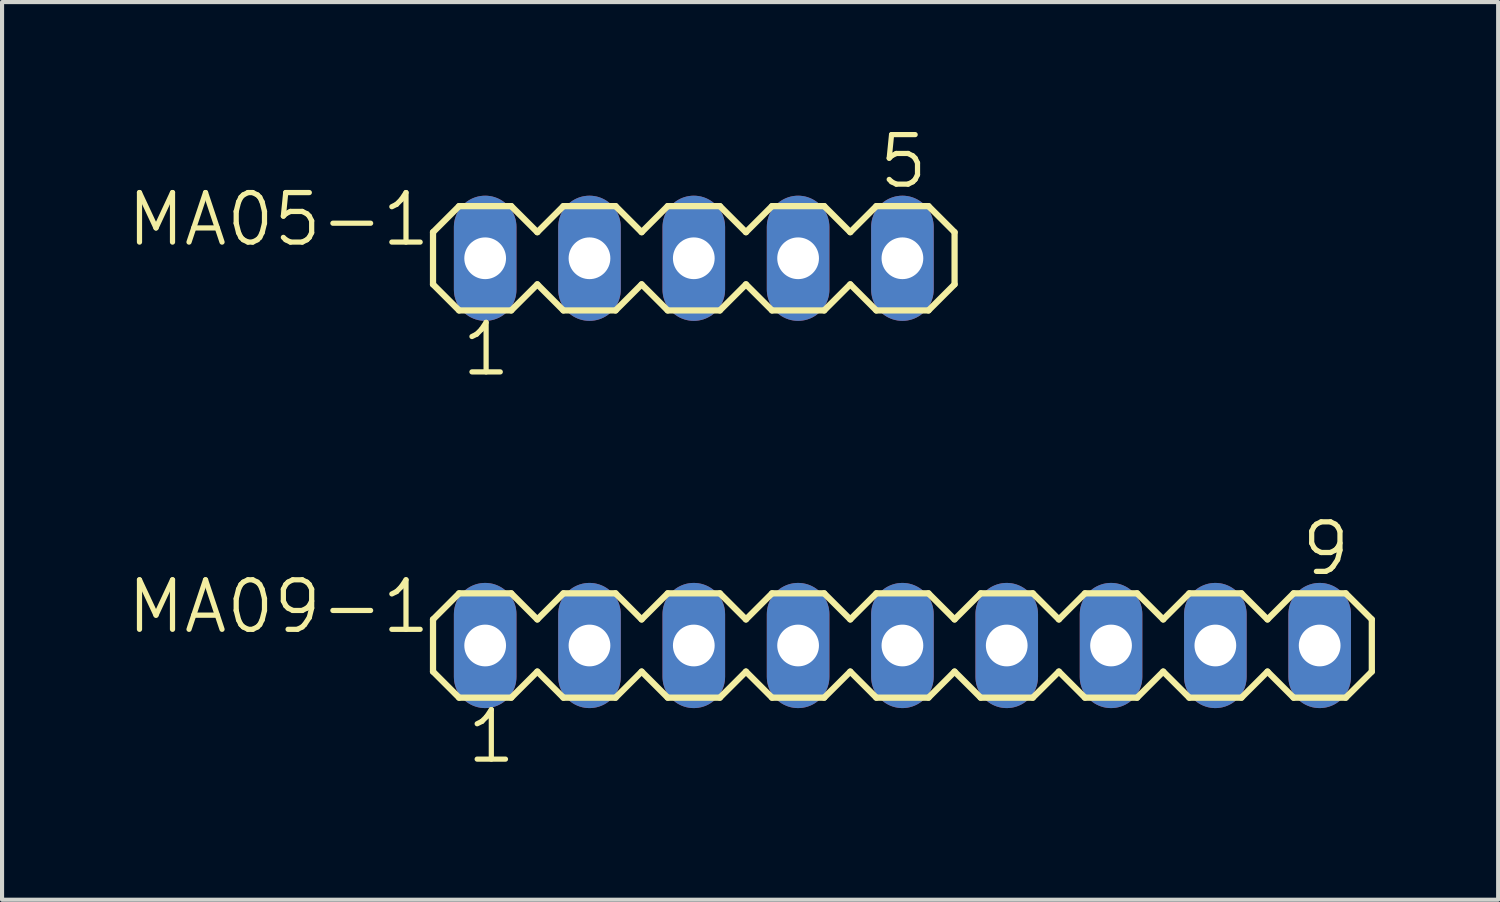
<source format=kicad_pcb>
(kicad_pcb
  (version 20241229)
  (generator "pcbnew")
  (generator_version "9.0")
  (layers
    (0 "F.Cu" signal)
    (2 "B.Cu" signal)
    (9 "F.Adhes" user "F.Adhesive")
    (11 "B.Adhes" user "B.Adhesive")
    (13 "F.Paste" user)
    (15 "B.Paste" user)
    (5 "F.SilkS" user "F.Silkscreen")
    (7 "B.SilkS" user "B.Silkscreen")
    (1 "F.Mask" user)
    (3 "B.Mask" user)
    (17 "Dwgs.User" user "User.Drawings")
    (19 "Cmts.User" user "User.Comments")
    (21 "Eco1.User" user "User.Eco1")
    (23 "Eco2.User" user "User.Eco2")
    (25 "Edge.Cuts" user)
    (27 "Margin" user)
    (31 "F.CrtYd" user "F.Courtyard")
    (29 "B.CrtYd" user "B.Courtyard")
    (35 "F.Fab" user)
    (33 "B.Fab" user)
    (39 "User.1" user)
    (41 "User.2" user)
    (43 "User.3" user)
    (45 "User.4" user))
  (footprint "MA09-1"
    (layer "F.Cu")
    (at 18.924 12.668)
    (property "Reference" "MA09-1" (at -11.43 -1.651 0) (layer "F.SilkS") (effects (font (size 1.206 1.206) (thickness 0.127)) (justify right top)))
    (attr through_hole)
    (fp_line (start -11.43 -0.635) (end -11.43 0.635) (stroke (width 0.152) (type solid)) (layer "F.SilkS"))
    (fp_line (start -11.43 0.635) (end -10.795 1.27) (stroke (width 0.152) (type solid)) (layer "F.SilkS"))
    (fp_line (start -10.795 -1.27) (end -11.43 -0.635) (stroke (width 0.152) (type solid)) (layer "F.SilkS"))
    (fp_line (start -10.795 -1.27) (end -9.525 -1.27) (stroke (width 0.152) (type solid)) (layer "F.SilkS"))
    (fp_line (start -9.525 -1.27) (end -8.89 -0.635) (stroke (width 0.152) (type solid)) (layer "F.SilkS"))
    (fp_line (start -9.525 1.27) (end -10.795 1.27) (stroke (width 0.152) (type solid)) (layer "F.SilkS"))
    (fp_line (start -8.89 -0.635) (end -8.255 -1.27) (stroke (width 0.152) (type solid)) (layer "F.SilkS"))
    (fp_line (start -8.89 0.635) (end -9.525 1.27) (stroke (width 0.152) (type solid)) (layer "F.SilkS"))
    (fp_line (start -8.255 -1.27) (end -6.985 -1.27) (stroke (width 0.152) (type solid)) (layer "F.SilkS"))
    (fp_line (start -8.255 1.27) (end -8.89 0.635) (stroke (width 0.152) (type solid)) (layer "F.SilkS"))
    (fp_line (start -6.985 -1.27) (end -6.35 -0.635) (stroke (width 0.152) (type solid)) (layer "F.SilkS"))
    (fp_line (start -6.985 1.27) (end -8.255 1.27) (stroke (width 0.152) (type solid)) (layer "F.SilkS"))
    (fp_line (start -6.35 -0.635) (end -5.715 -1.27) (stroke (width 0.152) (type solid)) (layer "F.SilkS"))
    (fp_line (start -6.35 0.635) (end -6.985 1.27) (stroke (width 0.152) (type solid)) (layer "F.SilkS"))
    (fp_line (start -5.715 -1.27) (end -4.445 -1.27) (stroke (width 0.152) (type solid)) (layer "F.SilkS"))
    (fp_line (start -5.715 1.27) (end -6.35 0.635) (stroke (width 0.152) (type solid)) (layer "F.SilkS"))
    (fp_line (start -4.445 -1.27) (end -3.81 -0.635) (stroke (width 0.152) (type solid)) (layer "F.SilkS"))
    (fp_line (start -4.445 1.27) (end -5.715 1.27) (stroke (width 0.152) (type solid)) (layer "F.SilkS"))
    (fp_line (start -3.81 0.635) (end -4.445 1.27) (stroke (width 0.152) (type solid)) (layer "F.SilkS"))
    (fp_line (start -3.81 0.635) (end -3.175 1.27) (stroke (width 0.152) (type solid)) (layer "F.SilkS"))
    (fp_line (start -3.175 -1.27) (end -3.81 -0.635) (stroke (width 0.152) (type solid)) (layer "F.SilkS"))
    (fp_line (start -3.175 -1.27) (end -1.905 -1.27) (stroke (width 0.152) (type solid)) (layer "F.SilkS"))
    (fp_line (start -1.905 -1.27) (end -1.27 -0.635) (stroke (width 0.152) (type solid)) (layer "F.SilkS"))
    (fp_line (start -1.905 1.27) (end -3.175 1.27) (stroke (width 0.152) (type solid)) (layer "F.SilkS"))
    (fp_line (start -1.27 0.635) (end -1.905 1.27) (stroke (width 0.152) (type solid)) (layer "F.SilkS"))
    (fp_line (start -1.27 0.635) (end -0.635 1.27) (stroke (width 0.152) (type solid)) (layer "F.SilkS"))
    (fp_line (start -0.635 -1.27) (end -1.27 -0.635) (stroke (width 0.152) (type solid)) (layer "F.SilkS"))
    (fp_line (start -0.635 -1.27) (end 0.635 -1.27) (stroke (width 0.152) (type solid)) (layer "F.SilkS"))
    (fp_line (start 0.635 -1.27) (end 1.27 -0.635) (stroke (width 0.152) (type solid)) (layer "F.SilkS"))
    (fp_line (start 0.635 1.27) (end -0.635 1.27) (stroke (width 0.152) (type solid)) (layer "F.SilkS"))
    (fp_line (start 1.27 -0.635) (end 1.905 -1.27) (stroke (width 0.152) (type solid)) (layer "F.SilkS"))
    (fp_line (start 1.27 0.635) (end 0.635 1.27) (stroke (width 0.152) (type solid)) (layer "F.SilkS"))
    (fp_line (start 1.905 -1.27) (end 3.175 -1.27) (stroke (width 0.152) (type solid)) (layer "F.SilkS"))
    (fp_line (start 1.905 1.27) (end 1.27 0.635) (stroke (width 0.152) (type solid)) (layer "F.SilkS"))
    (fp_line (start 3.175 -1.27) (end 3.81 -0.635) (stroke (width 0.152) (type solid)) (layer "F.SilkS"))
    (fp_line (start 3.175 1.27) (end 1.905 1.27) (stroke (width 0.152) (type solid)) (layer "F.SilkS"))
    (fp_line (start 3.81 -0.635) (end 4.445 -1.27) (stroke (width 0.152) (type solid)) (layer "F.SilkS"))
    (fp_line (start 3.81 0.635) (end 3.175 1.27) (stroke (width 0.152) (type solid)) (layer "F.SilkS"))
    (fp_line (start 4.445 -1.27) (end 5.715 -1.27) (stroke (width 0.152) (type solid)) (layer "F.SilkS"))
    (fp_line (start 4.445 1.27) (end 3.81 0.635) (stroke (width 0.152) (type solid)) (layer "F.SilkS"))
    (fp_line (start 5.715 -1.27) (end 6.35 -0.635) (stroke (width 0.152) (type solid)) (layer "F.SilkS"))
    (fp_line (start 5.715 1.27) (end 4.445 1.27) (stroke (width 0.152) (type solid)) (layer "F.SilkS"))
    (fp_line (start 6.35 0.635) (end 5.715 1.27) (stroke (width 0.152) (type solid)) (layer "F.SilkS"))
    (fp_line (start 6.35 0.635) (end 6.985 1.27) (stroke (width 0.152) (type solid)) (layer "F.SilkS"))
    (fp_line (start 6.985 -1.27) (end 6.35 -0.635) (stroke (width 0.152) (type solid)) (layer "F.SilkS"))
    (fp_line (start 6.985 -1.27) (end 8.255 -1.27) (stroke (width 0.152) (type solid)) (layer "F.SilkS"))
    (fp_line (start 8.255 -1.27) (end 8.89 -0.635) (stroke (width 0.152) (type solid)) (layer "F.SilkS"))
    (fp_line (start 8.255 1.27) (end 6.985 1.27) (stroke (width 0.152) (type solid)) (layer "F.SilkS"))
    (fp_line (start 8.89 0.635) (end 8.255 1.27) (stroke (width 0.152) (type solid)) (layer "F.SilkS"))
    (fp_line (start 8.89 0.635) (end 9.525 1.27) (stroke (width 0.152) (type solid)) (layer "F.SilkS"))
    (fp_line (start 9.525 -1.27) (end 8.89 -0.635) (stroke (width 0.152) (type solid)) (layer "F.SilkS"))
    (fp_line (start 9.525 -1.27) (end 10.795 -1.27) (stroke (width 0.152) (type solid)) (layer "F.SilkS"))
    (fp_line (start 10.795 -1.27) (end 11.43 -0.635) (stroke (width 0.152) (type solid)) (layer "F.SilkS"))
    (fp_line (start 10.795 1.27) (end 9.525 1.27) (stroke (width 0.152) (type solid)) (layer "F.SilkS"))
    (fp_line (start 11.43 -0.635) (end 11.43 0.635) (stroke (width 0.152) (type solid)) (layer "F.SilkS"))
    (fp_line (start 11.43 0.635) (end 10.795 1.27) (stroke (width 0.152) (type solid)) (layer "F.SilkS"))
    (fp_poly (pts (xy -10.414 0.254) (xy -9.906 0.254) (xy -9.906 -0.254) (xy -10.414 -0.254)) (stroke (width 0.1) (type solid)) (fill no) (layer "F.Fab"))
    (fp_poly (pts (xy -7.874 0.254) (xy -7.366 0.254) (xy -7.366 -0.254) (xy -7.874 -0.254)) (stroke (width 0.1) (type solid)) (fill no) (layer "F.Fab"))
    (fp_poly (pts (xy -5.334 0.254) (xy -4.826 0.254) (xy -4.826 -0.254) (xy -5.334 -0.254)) (stroke (width 0.1) (type solid)) (fill no) (layer "F.Fab"))
    (fp_poly (pts (xy -2.794 0.254) (xy -2.286 0.254) (xy -2.286 -0.254) (xy -2.794 -0.254)) (stroke (width 0.1) (type solid)) (fill no) (layer "F.Fab"))
    (fp_poly (pts (xy -0.254 0.254) (xy 0.254 0.254) (xy 0.254 -0.254) (xy -0.254 -0.254)) (stroke (width 0.1) (type solid)) (fill no) (layer "F.Fab"))
    (fp_poly (pts (xy 2.286 0.254) (xy 2.794 0.254) (xy 2.794 -0.254) (xy 2.286 -0.254)) (stroke (width 0.1) (type solid)) (fill no) (layer "F.Fab"))
    (fp_poly (pts (xy 4.826 0.254) (xy 5.334 0.254) (xy 5.334 -0.254) (xy 4.826 -0.254)) (stroke (width 0.1) (type solid)) (fill no) (layer "F.Fab"))
    (fp_poly (pts (xy 7.366 0.254) (xy 7.874 0.254) (xy 7.874 -0.254) (xy 7.366 -0.254)) (stroke (width 0.1) (type solid)) (fill no) (layer "F.Fab"))
    (fp_poly (pts (xy 9.906 0.254) (xy 10.414 0.254) (xy 10.414 -0.254) (xy 9.906 -0.254)) (stroke (width 0.1) (type solid)) (fill no) (layer "F.Fab"))
    (fp_text user "1" (at -10.668 2.921 0) (layer "F.SilkS") (effects (font (size 1.206 1.206) (thickness 0.127)) (justify left bottom)))
    (fp_text user "9" (at 9.652 -1.651 0) (layer "F.SilkS") (effects (font (size 1.206 1.206) (thickness 0.127)) (justify left bottom)))
    (pad "1" thru_hole oval (at -10.16 0 90) (size 3.048 1.524) (drill 1.016) (layers "*.Cu" "*.Mask"))
    (pad "2" thru_hole oval (at -7.62 0 90) (size 3.048 1.524) (drill 1.016) (layers "*.Cu" "*.Mask"))
    (pad "3" thru_hole oval (at -5.08 0 90) (size 3.048 1.524) (drill 1.016) (layers "*.Cu" "*.Mask"))
    (pad "4" thru_hole oval (at -2.54 0 90) (size 3.048 1.524) (drill 1.016) (layers "*.Cu" "*.Mask"))
    (pad "5" thru_hole oval (at 0 0 90) (size 3.048 1.524) (drill 1.016) (layers "*.Cu" "*.Mask"))
    (pad "6" thru_hole oval (at 2.54 0 90) (size 3.048 1.524) (drill 1.016) (layers "*.Cu" "*.Mask"))
    (pad "7" thru_hole oval (at 5.08 0 90) (size 3.048 1.524) (drill 1.016) (layers "*.Cu" "*.Mask"))
    (pad "8" thru_hole oval (at 7.62 0 90) (size 3.048 1.524) (drill 1.016) (layers "*.Cu" "*.Mask"))
    (pad "9" thru_hole oval (at 10.16 0 90) (size 3.048 1.524) (drill 1.016) (layers "*.Cu" "*.Mask")))
  (footprint "MA05-1"
    (layer "F.Cu")
    (at 13.844 3.239)
    (property "Reference" "MA05-1" (at -6.35 -1.651 0) (layer "F.SilkS") (effects (font (size 1.206 1.206) (thickness 0.127)) (justify right top)))
    (attr through_hole)
    (fp_line (start -6.35 -0.635) (end -6.35 0.635) (stroke (width 0.152) (type solid)) (layer "F.SilkS"))
    (fp_line (start -6.35 0.635) (end -5.715 1.27) (stroke (width 0.152) (type solid)) (layer "F.SilkS"))
    (fp_line (start -5.715 -1.27) (end -6.35 -0.635) (stroke (width 0.152) (type solid)) (layer "F.SilkS"))
    (fp_line (start -5.715 -1.27) (end -4.445 -1.27) (stroke (width 0.152) (type solid)) (layer "F.SilkS"))
    (fp_line (start -4.445 -1.27) (end -3.81 -0.635) (stroke (width 0.152) (type solid)) (layer "F.SilkS"))
    (fp_line (start -4.445 1.27) (end -5.715 1.27) (stroke (width 0.152) (type solid)) (layer "F.SilkS"))
    (fp_line (start -3.81 -0.635) (end -3.175 -1.27) (stroke (width 0.152) (type solid)) (layer "F.SilkS"))
    (fp_line (start -3.81 0.635) (end -4.445 1.27) (stroke (width 0.152) (type solid)) (layer "F.SilkS"))
    (fp_line (start -3.175 -1.27) (end -1.905 -1.27) (stroke (width 0.152) (type solid)) (layer "F.SilkS"))
    (fp_line (start -3.175 1.27) (end -3.81 0.635) (stroke (width 0.152) (type solid)) (layer "F.SilkS"))
    (fp_line (start -1.905 -1.27) (end -1.27 -0.635) (stroke (width 0.152) (type solid)) (layer "F.SilkS"))
    (fp_line (start -1.905 1.27) (end -3.175 1.27) (stroke (width 0.152) (type solid)) (layer "F.SilkS"))
    (fp_line (start -1.27 -0.635) (end -0.635 -1.27) (stroke (width 0.152) (type solid)) (layer "F.SilkS"))
    (fp_line (start -1.27 0.635) (end -1.905 1.27) (stroke (width 0.152) (type solid)) (layer "F.SilkS"))
    (fp_line (start -0.635 -1.27) (end 0.635 -1.27) (stroke (width 0.152) (type solid)) (layer "F.SilkS"))
    (fp_line (start -0.635 1.27) (end -1.27 0.635) (stroke (width 0.152) (type solid)) (layer "F.SilkS"))
    (fp_line (start 0.635 -1.27) (end 1.27 -0.635) (stroke (width 0.152) (type solid)) (layer "F.SilkS"))
    (fp_line (start 0.635 1.27) (end -0.635 1.27) (stroke (width 0.152) (type solid)) (layer "F.SilkS"))
    (fp_line (start 1.27 0.635) (end 0.635 1.27) (stroke (width 0.152) (type solid)) (layer "F.SilkS"))
    (fp_line (start 1.27 0.635) (end 1.905 1.27) (stroke (width 0.152) (type solid)) (layer "F.SilkS"))
    (fp_line (start 1.905 -1.27) (end 1.27 -0.635) (stroke (width 0.152) (type solid)) (layer "F.SilkS"))
    (fp_line (start 1.905 -1.27) (end 3.175 -1.27) (stroke (width 0.152) (type solid)) (layer "F.SilkS"))
    (fp_line (start 3.175 -1.27) (end 3.81 -0.635) (stroke (width 0.152) (type solid)) (layer "F.SilkS"))
    (fp_line (start 3.175 1.27) (end 1.905 1.27) (stroke (width 0.152) (type solid)) (layer "F.SilkS"))
    (fp_line (start 3.81 -0.635) (end 4.445 -1.27) (stroke (width 0.152) (type solid)) (layer "F.SilkS"))
    (fp_line (start 3.81 0.635) (end 3.175 1.27) (stroke (width 0.152) (type solid)) (layer "F.SilkS"))
    (fp_line (start 4.445 -1.27) (end 5.715 -1.27) (stroke (width 0.152) (type solid)) (layer "F.SilkS"))
    (fp_line (start 4.445 1.27) (end 3.81 0.635) (stroke (width 0.152) (type solid)) (layer "F.SilkS"))
    (fp_line (start 5.715 -1.27) (end 6.35 -0.635) (stroke (width 0.152) (type solid)) (layer "F.SilkS"))
    (fp_line (start 5.715 1.27) (end 4.445 1.27) (stroke (width 0.152) (type solid)) (layer "F.SilkS"))
    (fp_line (start 6.35 -0.635) (end 6.35 0.635) (stroke (width 0.152) (type solid)) (layer "F.SilkS"))
    (fp_line (start 6.35 0.635) (end 5.715 1.27) (stroke (width 0.152) (type solid)) (layer "F.SilkS"))
    (fp_poly (pts (xy -5.334 0.254) (xy -4.826 0.254) (xy -4.826 -0.254) (xy -5.334 -0.254)) (stroke (width 0.1) (type solid)) (fill no) (layer "F.Fab"))
    (fp_poly (pts (xy -2.794 0.254) (xy -2.286 0.254) (xy -2.286 -0.254) (xy -2.794 -0.254)) (stroke (width 0.1) (type solid)) (fill no) (layer "F.Fab"))
    (fp_poly (pts (xy -0.254 0.254) (xy 0.254 0.254) (xy 0.254 -0.254) (xy -0.254 -0.254)) (stroke (width 0.1) (type solid)) (fill no) (layer "F.Fab"))
    (fp_poly (pts (xy 2.286 0.254) (xy 2.794 0.254) (xy 2.794 -0.254) (xy 2.286 -0.254)) (stroke (width 0.1) (type solid)) (fill no) (layer "F.Fab"))
    (fp_poly (pts (xy 4.826 0.254) (xy 5.334 0.254) (xy 5.334 -0.254) (xy 4.826 -0.254)) (stroke (width 0.1) (type solid)) (fill no) (layer "F.Fab"))
    (fp_text user "1" (at -5.715 2.921 0) (layer "F.SilkS") (effects (font (size 1.206 1.206) (thickness 0.127)) (justify left bottom)))
    (fp_text user "5" (at 4.445 -1.651 0) (layer "F.SilkS") (effects (font (size 1.206 1.206) (thickness 0.127)) (justify left bottom)))
    (pad "1" thru_hole oval (at -5.08 0 90) (size 3.048 1.524) (drill 1.016) (layers "*.Cu" "*.Mask"))
    (pad "2" thru_hole oval (at -2.54 0 90) (size 3.048 1.524) (drill 1.016) (layers "*.Cu" "*.Mask"))
    (pad "3" thru_hole oval (at 0 0 90) (size 3.048 1.524) (drill 1.016) (layers "*.Cu" "*.Mask"))
    (pad "4" thru_hole oval (at 2.54 0 90) (size 3.048 1.524) (drill 1.016) (layers "*.Cu" "*.Mask"))
    (pad "5" thru_hole oval (at 5.08 0 90) (size 3.048 1.524) (drill 1.016) (layers "*.Cu" "*.Mask")))
  (gr_rect
    (start -3 -3)
    (end 33.43 18.859)
    (stroke (width 0.1) (type default))
    (fill no)
    (layer "Edge.Cuts")))
</source>
